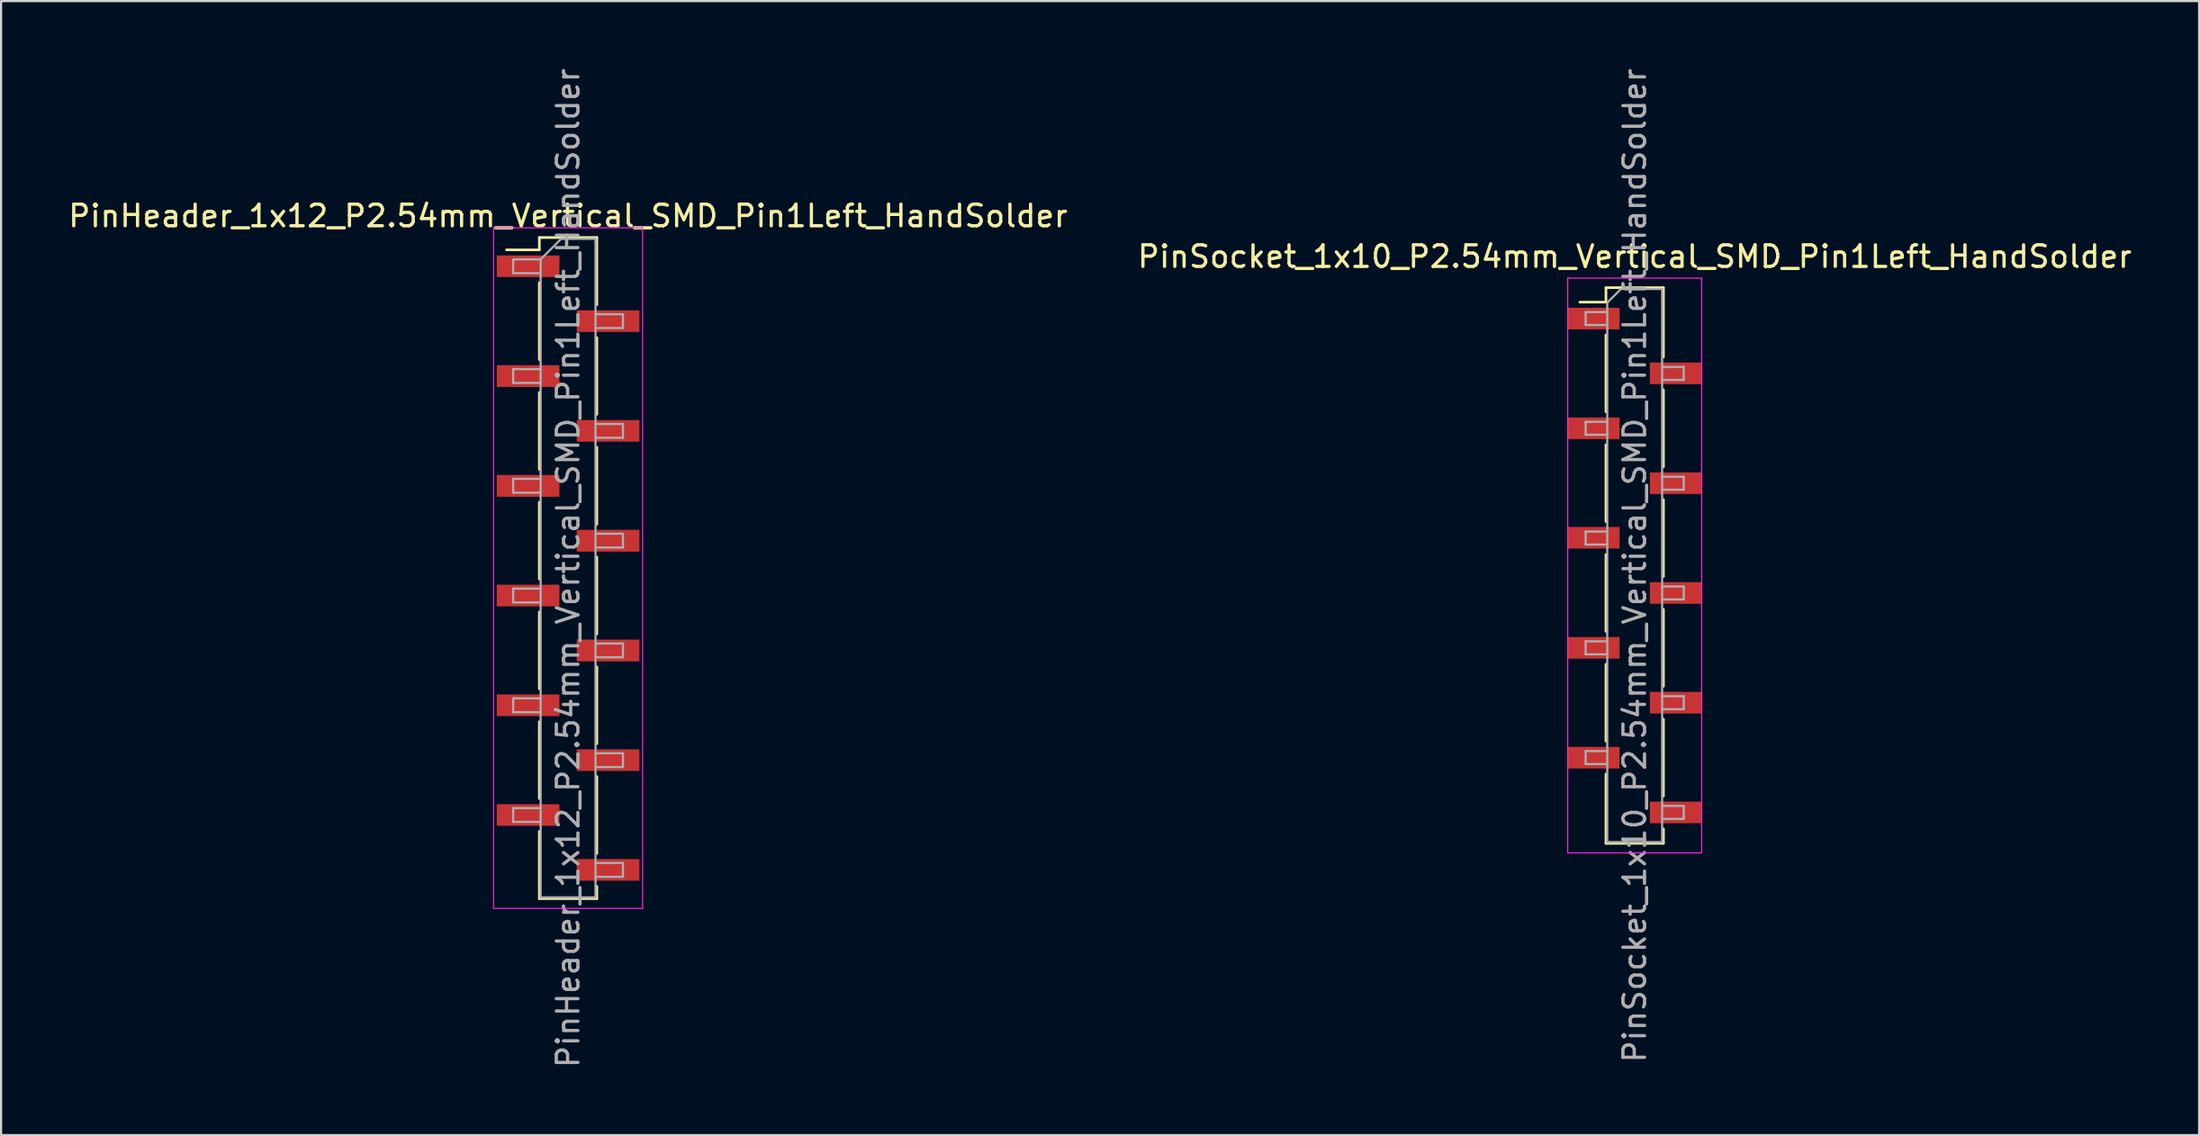
<source format=kicad_pcb>
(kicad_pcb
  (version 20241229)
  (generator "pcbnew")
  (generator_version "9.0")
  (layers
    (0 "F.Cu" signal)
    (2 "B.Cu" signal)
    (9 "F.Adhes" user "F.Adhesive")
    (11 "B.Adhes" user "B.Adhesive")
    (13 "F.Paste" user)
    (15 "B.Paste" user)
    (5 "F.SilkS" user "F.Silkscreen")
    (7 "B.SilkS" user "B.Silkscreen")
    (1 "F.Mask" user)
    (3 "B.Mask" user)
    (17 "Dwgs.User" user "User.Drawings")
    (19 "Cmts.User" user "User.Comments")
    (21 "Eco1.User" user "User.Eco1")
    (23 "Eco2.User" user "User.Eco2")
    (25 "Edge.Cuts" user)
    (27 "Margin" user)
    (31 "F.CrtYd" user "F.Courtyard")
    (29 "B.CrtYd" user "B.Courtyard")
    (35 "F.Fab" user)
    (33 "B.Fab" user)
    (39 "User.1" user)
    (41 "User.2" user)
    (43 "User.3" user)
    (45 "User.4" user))
  (footprint "PinSocket_1x10_P2.54mm_Vertical_SMD_Pin1Left_HandSolder"
    (layer "F.Cu")
    (at 72.613 23.125)
    (property "Reference" "PinSocket_1x10_P2.54mm_Vertical_SMD_Pin1Left_HandSolder" (at 0 -14.3 0) (layer "F.SilkS") (effects (font (size 1 1) (thickness 0.15))))
    (attr smd)
    (fp_line (start -2.54 -12.19) (end -1.33 -12.19) (stroke (width 0.12) (type solid)) (layer "F.SilkS"))
    (fp_line (start -1.33 -12.86) (end -1.33 -12.19) (stroke (width 0.12) (type solid)) (layer "F.SilkS"))
    (fp_line (start -1.33 -12.86) (end 1.33 -12.86) (stroke (width 0.12) (type solid)) (layer "F.SilkS"))
    (fp_line (start -1.33 -10.67) (end -1.33 -7.11) (stroke (width 0.12) (type solid)) (layer "F.SilkS"))
    (fp_line (start -1.33 -5.59) (end -1.33 -2.03) (stroke (width 0.12) (type solid)) (layer "F.SilkS"))
    (fp_line (start -1.33 -0.51) (end -1.33 3.05) (stroke (width 0.12) (type solid)) (layer "F.SilkS"))
    (fp_line (start -1.33 4.57) (end -1.33 8.13) (stroke (width 0.12) (type solid)) (layer "F.SilkS"))
    (fp_line (start -1.33 9.65) (end -1.33 12.86) (stroke (width 0.12) (type solid)) (layer "F.SilkS"))
    (fp_line (start -1.33 12.86) (end 1.33 12.86) (stroke (width 0.12) (type solid)) (layer "F.SilkS"))
    (fp_line (start 1.33 -12.86) (end 1.33 -9.65) (stroke (width 0.12) (type solid)) (layer "F.SilkS"))
    (fp_line (start 1.33 -8.13) (end 1.33 -4.57) (stroke (width 0.12) (type solid)) (layer "F.SilkS"))
    (fp_line (start 1.33 -3.05) (end 1.33 0.51) (stroke (width 0.12) (type solid)) (layer "F.SilkS"))
    (fp_line (start 1.33 2.03) (end 1.33 5.59) (stroke (width 0.12) (type solid)) (layer "F.SilkS"))
    (fp_line (start 1.33 7.11) (end 1.33 10.67) (stroke (width 0.12) (type solid)) (layer "F.SilkS"))
    (fp_line (start 1.33 12.19) (end 1.33 12.86) (stroke (width 0.12) (type solid)) (layer "F.SilkS"))
    (fp_line (start -3.1 -13.3) (end 3.1 -13.3) (stroke (width 0.05) (type solid)) (layer "F.CrtYd"))
    (fp_line (start -3.1 13.3) (end -3.1 -13.3) (stroke (width 0.05) (type solid)) (layer "F.CrtYd"))
    (fp_line (start 3.1 -13.3) (end 3.1 13.3) (stroke (width 0.05) (type solid)) (layer "F.CrtYd"))
    (fp_line (start 3.1 13.3) (end -3.1 13.3) (stroke (width 0.05) (type solid)) (layer "F.CrtYd"))
    (fp_line (start -2.27 -11.73) (end -1.27 -11.73) (stroke (width 0.1) (type solid)) (layer "F.Fab"))
    (fp_line (start -2.27 -11.13) (end -2.27 -11.73) (stroke (width 0.1) (type solid)) (layer "F.Fab"))
    (fp_line (start -2.27 -6.65) (end -1.27 -6.65) (stroke (width 0.1) (type solid)) (layer "F.Fab"))
    (fp_line (start -2.27 -6.05) (end -2.27 -6.65) (stroke (width 0.1) (type solid)) (layer "F.Fab"))
    (fp_line (start -2.27 -1.57) (end -1.27 -1.57) (stroke (width 0.1) (type solid)) (layer "F.Fab"))
    (fp_line (start -2.27 -0.97) (end -2.27 -1.57) (stroke (width 0.1) (type solid)) (layer "F.Fab"))
    (fp_line (start -2.27 3.51) (end -1.27 3.51) (stroke (width 0.1) (type solid)) (layer "F.Fab"))
    (fp_line (start -2.27 4.11) (end -2.27 3.51) (stroke (width 0.1) (type solid)) (layer "F.Fab"))
    (fp_line (start -2.27 8.59) (end -1.27 8.59) (stroke (width 0.1) (type solid)) (layer "F.Fab"))
    (fp_line (start -2.27 9.19) (end -2.27 8.59) (stroke (width 0.1) (type solid)) (layer "F.Fab"))
    (fp_line (start -1.27 -12.165) (end -0.635 -12.8) (stroke (width 0.1) (type solid)) (layer "F.Fab"))
    (fp_line (start -1.27 -11.13) (end -2.27 -11.13) (stroke (width 0.1) (type solid)) (layer "F.Fab"))
    (fp_line (start -1.27 -6.05) (end -2.27 -6.05) (stroke (width 0.1) (type solid)) (layer "F.Fab"))
    (fp_line (start -1.27 -0.97) (end -2.27 -0.97) (stroke (width 0.1) (type solid)) (layer "F.Fab"))
    (fp_line (start -1.27 4.11) (end -2.27 4.11) (stroke (width 0.1) (type solid)) (layer "F.Fab"))
    (fp_line (start -1.27 9.19) (end -2.27 9.19) (stroke (width 0.1) (type solid)) (layer "F.Fab"))
    (fp_line (start -1.27 12.8) (end -1.27 -12.165) (stroke (width 0.1) (type solid)) (layer "F.Fab"))
    (fp_line (start -0.635 -12.8) (end 1.27 -12.8) (stroke (width 0.1) (type solid)) (layer "F.Fab"))
    (fp_line (start 1.27 -12.8) (end 1.27 12.8) (stroke (width 0.1) (type solid)) (layer "F.Fab"))
    (fp_line (start 1.27 -9.19) (end 2.27 -9.19) (stroke (width 0.1) (type solid)) (layer "F.Fab"))
    (fp_line (start 1.27 -4.11) (end 2.27 -4.11) (stroke (width 0.1) (type solid)) (layer "F.Fab"))
    (fp_line (start 1.27 0.97) (end 2.27 0.97) (stroke (width 0.1) (type solid)) (layer "F.Fab"))
    (fp_line (start 1.27 6.05) (end 2.27 6.05) (stroke (width 0.1) (type solid)) (layer "F.Fab"))
    (fp_line (start 1.27 11.13) (end 2.27 11.13) (stroke (width 0.1) (type solid)) (layer "F.Fab"))
    (fp_line (start 1.27 12.8) (end -1.27 12.8) (stroke (width 0.1) (type solid)) (layer "F.Fab"))
    (fp_line (start 2.27 -9.19) (end 2.27 -8.59) (stroke (width 0.1) (type solid)) (layer "F.Fab"))
    (fp_line (start 2.27 -8.59) (end 1.27 -8.59) (stroke (width 0.1) (type solid)) (layer "F.Fab"))
    (fp_line (start 2.27 -4.11) (end 2.27 -3.51) (stroke (width 0.1) (type solid)) (layer "F.Fab"))
    (fp_line (start 2.27 -3.51) (end 1.27 -3.51) (stroke (width 0.1) (type solid)) (layer "F.Fab"))
    (fp_line (start 2.27 0.97) (end 2.27 1.57) (stroke (width 0.1) (type solid)) (layer "F.Fab"))
    (fp_line (start 2.27 1.57) (end 1.27 1.57) (stroke (width 0.1) (type solid)) (layer "F.Fab"))
    (fp_line (start 2.27 6.05) (end 2.27 6.65) (stroke (width 0.1) (type solid)) (layer "F.Fab"))
    (fp_line (start 2.27 6.65) (end 1.27 6.65) (stroke (width 0.1) (type solid)) (layer "F.Fab"))
    (fp_line (start 2.27 11.13) (end 2.27 11.73) (stroke (width 0.1) (type solid)) (layer "F.Fab"))
    (fp_line (start 2.27 11.73) (end 1.27 11.73) (stroke (width 0.1) (type solid)) (layer "F.Fab"))
    (fp_text user "${REFERENCE}" (at 0 0 90) (layer "F.Fab") (effects (font (size 1 1) (thickness 0.15))))
    (pad "1" smd rect (at -1.9 -11.43) (size 2.4 1) (layers "F.Cu" "F.Mask" "F.Paste"))
    (pad "2" smd rect (at 1.9 -8.895) (size 2.4 1) (layers "F.Cu" "F.Mask" "F.Paste"))
    (pad "3" smd rect (at -1.9 -6.35) (size 2.4 1) (layers "F.Cu" "F.Mask" "F.Paste"))
    (pad "4" smd rect (at 1.9 -3.81) (size 2.4 1) (layers "F.Cu" "F.Mask" "F.Paste"))
    (pad "5" smd rect (at -1.9 -1.285) (size 2.4 1) (layers "F.Cu" "F.Mask" "F.Paste"))
    (pad "6" smd rect (at 1.9 1.27) (size 2.4 1) (layers "F.Cu" "F.Mask" "F.Paste"))
    (pad "7" smd rect (at -1.9 3.81) (size 2.4 1) (layers "F.Cu" "F.Mask" "F.Paste"))
    (pad "8" smd rect (at 1.9 6.35) (size 2.4 1) (layers "F.Cu" "F.Mask" "F.Paste"))
    (pad "9" smd rect (at -1.9 8.895) (size 2.4 1) (layers "F.Cu" "F.Mask" "F.Paste"))
    (pad "10" smd rect (at 1.9 11.43) (size 2.4 1) (layers "F.Cu" "F.Mask" "F.Paste")))
  (footprint "PinHeader_1x12_P2.54mm_Vertical_SMD_Pin1Left_HandSolder"
    (layer "F.Cu")
    (at 23.244 23.244)
    (property "Reference" "PinHeader_1x12_P2.54mm_Vertical_SMD_Pin1Left_HandSolder" (at 0 -16.3 0) (layer "F.SilkS") (effects (font (size 1 1) (thickness 0.15))))
    (attr smd)
    (fp_line (start -1.33 -15.3) (end -1.33 -14.73) (stroke (width 0.12) (type solid)) (layer "F.SilkS"))
    (fp_line (start -1.33 -15.3) (end 1.33 -15.3) (stroke (width 0.12) (type solid)) (layer "F.SilkS"))
    (fp_line (start -1.33 -14.73) (end -2.85 -14.73) (stroke (width 0.12) (type solid)) (layer "F.SilkS"))
    (fp_line (start -1.33 -13.21) (end -1.33 -9.65) (stroke (width 0.12) (type solid)) (layer "F.SilkS"))
    (fp_line (start -1.33 -8.13) (end -1.33 -4.57) (stroke (width 0.12) (type solid)) (layer "F.SilkS"))
    (fp_line (start -1.33 -3.05) (end -1.33 0.51) (stroke (width 0.12) (type solid)) (layer "F.SilkS"))
    (fp_line (start -1.33 2.03) (end -1.33 5.59) (stroke (width 0.12) (type solid)) (layer "F.SilkS"))
    (fp_line (start -1.33 7.11) (end -1.33 10.67) (stroke (width 0.12) (type solid)) (layer "F.SilkS"))
    (fp_line (start -1.33 12.19) (end -1.33 15.3) (stroke (width 0.12) (type solid)) (layer "F.SilkS"))
    (fp_line (start -1.33 15.3) (end 1.33 15.3) (stroke (width 0.12) (type solid)) (layer "F.SilkS"))
    (fp_line (start 1.33 -15.3) (end 1.33 -12.19) (stroke (width 0.12) (type solid)) (layer "F.SilkS"))
    (fp_line (start 1.33 -10.67) (end 1.33 -7.11) (stroke (width 0.12) (type solid)) (layer "F.SilkS"))
    (fp_line (start 1.33 -5.59) (end 1.33 -2.03) (stroke (width 0.12) (type solid)) (layer "F.SilkS"))
    (fp_line (start 1.33 -0.51) (end 1.33 3.05) (stroke (width 0.12) (type solid)) (layer "F.SilkS"))
    (fp_line (start 1.33 4.57) (end 1.33 8.13) (stroke (width 0.12) (type solid)) (layer "F.SilkS"))
    (fp_line (start 1.33 9.65) (end 1.33 13.21) (stroke (width 0.12) (type solid)) (layer "F.SilkS"))
    (fp_line (start 1.33 14.73) (end 1.33 15.3) (stroke (width 0.12) (type solid)) (layer "F.SilkS"))
    (fp_line (start -3.45 -15.75) (end -3.45 15.75) (stroke (width 0.05) (type solid)) (layer "F.CrtYd"))
    (fp_line (start -3.45 15.75) (end 3.45 15.75) (stroke (width 0.05) (type solid)) (layer "F.CrtYd"))
    (fp_line (start 3.45 -15.75) (end -3.45 -15.75) (stroke (width 0.05) (type solid)) (layer "F.CrtYd"))
    (fp_line (start 3.45 15.75) (end 3.45 -15.75) (stroke (width 0.05) (type solid)) (layer "F.CrtYd"))
    (fp_line (start -2.54 -14.29) (end -2.54 -13.65) (stroke (width 0.1) (type solid)) (layer "F.Fab"))
    (fp_line (start -2.54 -13.65) (end -1.27 -13.65) (stroke (width 0.1) (type solid)) (layer "F.Fab"))
    (fp_line (start -2.54 -9.21) (end -2.54 -8.57) (stroke (width 0.1) (type solid)) (layer "F.Fab"))
    (fp_line (start -2.54 -8.57) (end -1.27 -8.57) (stroke (width 0.1) (type solid)) (layer "F.Fab"))
    (fp_line (start -2.54 -4.13) (end -2.54 -3.49) (stroke (width 0.1) (type solid)) (layer "F.Fab"))
    (fp_line (start -2.54 -3.49) (end -1.27 -3.49) (stroke (width 0.1) (type solid)) (layer "F.Fab"))
    (fp_line (start -2.54 0.95) (end -2.54 1.59) (stroke (width 0.1) (type solid)) (layer "F.Fab"))
    (fp_line (start -2.54 1.59) (end -1.27 1.59) (stroke (width 0.1) (type solid)) (layer "F.Fab"))
    (fp_line (start -2.54 6.03) (end -2.54 6.67) (stroke (width 0.1) (type solid)) (layer "F.Fab"))
    (fp_line (start -2.54 6.67) (end -1.27 6.67) (stroke (width 0.1) (type solid)) (layer "F.Fab"))
    (fp_line (start -2.54 11.11) (end -2.54 11.75) (stroke (width 0.1) (type solid)) (layer "F.Fab"))
    (fp_line (start -2.54 11.75) (end -1.27 11.75) (stroke (width 0.1) (type solid)) (layer "F.Fab"))
    (fp_line (start -1.27 -14.29) (end -2.54 -14.29) (stroke (width 0.1) (type solid)) (layer "F.Fab"))
    (fp_line (start -1.27 -14.29) (end -0.32 -15.24) (stroke (width 0.1) (type solid)) (layer "F.Fab"))
    (fp_line (start -1.27 -9.21) (end -2.54 -9.21) (stroke (width 0.1) (type solid)) (layer "F.Fab"))
    (fp_line (start -1.27 -4.13) (end -2.54 -4.13) (stroke (width 0.1) (type solid)) (layer "F.Fab"))
    (fp_line (start -1.27 0.95) (end -2.54 0.95) (stroke (width 0.1) (type solid)) (layer "F.Fab"))
    (fp_line (start -1.27 6.03) (end -2.54 6.03) (stroke (width 0.1) (type solid)) (layer "F.Fab"))
    (fp_line (start -1.27 11.11) (end -2.54 11.11) (stroke (width 0.1) (type solid)) (layer "F.Fab"))
    (fp_line (start -1.27 15.24) (end -1.27 -14.29) (stroke (width 0.1) (type solid)) (layer "F.Fab"))
    (fp_line (start -0.32 -15.24) (end 1.27 -15.24) (stroke (width 0.1) (type solid)) (layer "F.Fab"))
    (fp_line (start 1.27 -15.24) (end 1.27 15.24) (stroke (width 0.1) (type solid)) (layer "F.Fab"))
    (fp_line (start 1.27 -11.75) (end 2.54 -11.75) (stroke (width 0.1) (type solid)) (layer "F.Fab"))
    (fp_line (start 1.27 -6.67) (end 2.54 -6.67) (stroke (width 0.1) (type solid)) (layer "F.Fab"))
    (fp_line (start 1.27 -1.59) (end 2.54 -1.59) (stroke (width 0.1) (type solid)) (layer "F.Fab"))
    (fp_line (start 1.27 3.49) (end 2.54 3.49) (stroke (width 0.1) (type solid)) (layer "F.Fab"))
    (fp_line (start 1.27 8.57) (end 2.54 8.57) (stroke (width 0.1) (type solid)) (layer "F.Fab"))
    (fp_line (start 1.27 13.65) (end 2.54 13.65) (stroke (width 0.1) (type solid)) (layer "F.Fab"))
    (fp_line (start 1.27 15.24) (end -1.27 15.24) (stroke (width 0.1) (type solid)) (layer "F.Fab"))
    (fp_line (start 2.54 -11.75) (end 2.54 -11.11) (stroke (width 0.1) (type solid)) (layer "F.Fab"))
    (fp_line (start 2.54 -11.11) (end 1.27 -11.11) (stroke (width 0.1) (type solid)) (layer "F.Fab"))
    (fp_line (start 2.54 -6.67) (end 2.54 -6.03) (stroke (width 0.1) (type solid)) (layer "F.Fab"))
    (fp_line (start 2.54 -6.03) (end 1.27 -6.03) (stroke (width 0.1) (type solid)) (layer "F.Fab"))
    (fp_line (start 2.54 -1.59) (end 2.54 -0.95) (stroke (width 0.1) (type solid)) (layer "F.Fab"))
    (fp_line (start 2.54 -0.95) (end 1.27 -0.95) (stroke (width 0.1) (type solid)) (layer "F.Fab"))
    (fp_line (start 2.54 3.49) (end 2.54 4.13) (stroke (width 0.1) (type solid)) (layer "F.Fab"))
    (fp_line (start 2.54 4.13) (end 1.27 4.13) (stroke (width 0.1) (type solid)) (layer "F.Fab"))
    (fp_line (start 2.54 8.57) (end 2.54 9.21) (stroke (width 0.1) (type solid)) (layer "F.Fab"))
    (fp_line (start 2.54 9.21) (end 1.27 9.21) (stroke (width 0.1) (type solid)) (layer "F.Fab"))
    (fp_line (start 2.54 13.65) (end 2.54 14.29) (stroke (width 0.1) (type solid)) (layer "F.Fab"))
    (fp_line (start 2.54 14.29) (end 1.27 14.29) (stroke (width 0.1) (type solid)) (layer "F.Fab"))
    (fp_text user "${REFERENCE}" (at 0 0 90) (layer "F.Fab") (effects (font (size 1 1) (thickness 0.15))))
    (pad "1" smd rect (at -1.851 -13.97) (size 2.902 1) (layers "F.Cu" "F.Mask" "F.Paste"))
    (pad "2" smd rect (at 1.851 -11.43) (size 2.902 1) (layers "F.Cu" "F.Mask" "F.Paste"))
    (pad "3" smd rect (at -1.851 -8.886) (size 2.902 1.008) (layers "F.Cu" "F.Mask" "F.Paste"))
    (pad "4" smd rect (at 1.851 -6.35) (size 2.902 1) (layers "F.Cu" "F.Mask" "F.Paste"))
    (pad "5" smd rect (at -1.851 -3.806) (size 2.902 1.008) (layers "F.Cu" "F.Mask" "F.Paste"))
    (pad "6" smd rect (at 1.851 -1.266) (size 2.902 1.008) (layers "F.Cu" "F.Mask" "F.Paste"))
    (pad "7" smd rect (at -1.851 1.27) (size 2.902 1) (layers "F.Cu" "F.Mask" "F.Paste"))
    (pad "8" smd rect (at 1.851 3.814) (size 2.902 1.008) (layers "F.Cu" "F.Mask" "F.Paste"))
    (pad "9" smd rect (at -1.851 6.35) (size 2.902 1) (layers "F.Cu" "F.Mask" "F.Paste"))
    (pad "10" smd rect (at 1.851 8.89) (size 2.902 1) (layers "F.Cu" "F.Mask" "F.Paste"))
    (pad "11" smd rect (at -1.851 11.43) (size 2.902 1) (layers "F.Cu" "F.Mask" "F.Paste"))
    (pad "12" smd rect (at 1.851 13.97) (size 2.902 1) (layers "F.Cu" "F.Mask" "F.Paste")))
  (gr_rect
    (start -3 -3)
    (end 98.738 49.488)
    (stroke (width 0.1) (type default))
    (fill no)
    (layer "Edge.Cuts")))
</source>
